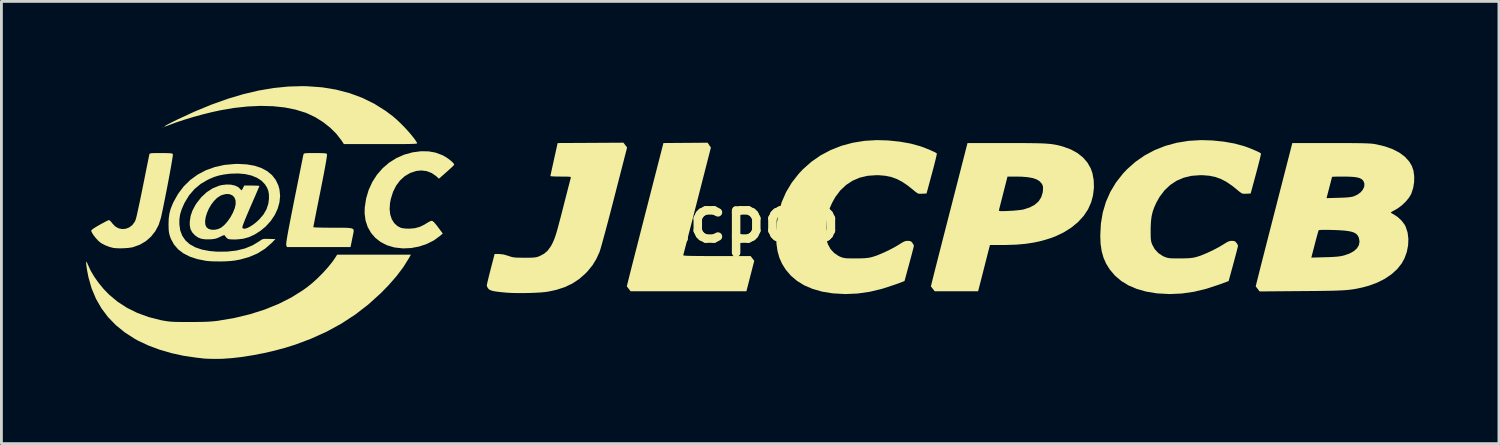
<source format=kicad_pcb>
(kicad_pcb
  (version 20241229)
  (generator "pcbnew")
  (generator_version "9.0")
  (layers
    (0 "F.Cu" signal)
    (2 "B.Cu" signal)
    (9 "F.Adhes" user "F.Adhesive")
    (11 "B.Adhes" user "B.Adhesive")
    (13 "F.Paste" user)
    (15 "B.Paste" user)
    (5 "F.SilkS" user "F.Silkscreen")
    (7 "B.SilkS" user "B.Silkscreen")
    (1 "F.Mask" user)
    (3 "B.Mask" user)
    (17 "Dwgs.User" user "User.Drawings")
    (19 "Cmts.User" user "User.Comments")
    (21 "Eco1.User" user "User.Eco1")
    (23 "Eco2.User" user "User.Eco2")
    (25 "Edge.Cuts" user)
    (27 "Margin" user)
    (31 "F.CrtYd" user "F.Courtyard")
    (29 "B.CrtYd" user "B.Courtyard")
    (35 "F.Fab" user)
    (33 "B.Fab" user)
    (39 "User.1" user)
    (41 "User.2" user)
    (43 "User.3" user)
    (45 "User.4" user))
  (footprint "jlcpcb"
    (layer "F.Cu")
    (at 23.264 4.719)
    (property "Reference" "jlcpcb" (at 0 0 0) (layer "F.SilkS") (effects (font (size 1.5 1.5) (thickness 0.3))))
    (attr board_only exclude_from_pos_files exclude_from_bom)
    (fp_poly (pts (xy -20.53 -3.267) (xy -20.543 -3.255) (xy -20.555 -3.267) (xy -20.543 -3.279)) (stroke (width 0) (type solid)) (fill yes) (layer "F.SilkS"))
    (fp_poly (pts (xy -1.202 -2.63) (xy -1.143 -2.544) (xy -1.627 -0.654) (xy -1.703 -0.358) (xy -1.775 -0.076) (xy -1.843 0.189) (xy -1.906 0.433) (xy -1.963 0.653) (xy -2.012 0.845) (xy -2.054 1.006) (xy -2.087 1.131) (xy -2.109 1.218) (xy -2.121 1.262) (xy -2.122 1.266) (xy -2.116 1.274) (xy -2.088 1.28) (xy -2.036 1.285) (xy -1.955 1.289) (xy -1.844 1.292) (xy -1.698 1.294) (xy -1.513 1.296) (xy -1.288 1.297) (xy -1.018 1.297) (xy -0.935 1.297) (xy 0.263 1.297) (xy 0.328 1.382) (xy 0.392 1.466) (xy 0.253 2.006) (xy 0.114 2.545) (xy -1.936 2.545) (xy -3.986 2.545) (xy -4.053 2.457) (xy -4.12 2.37) (xy -4.065 2.145) (xy -4.051 2.09) (xy -4.026 1.99) (xy -3.991 1.851) (xy -3.946 1.674) (xy -3.893 1.466) (xy -3.832 1.227) (xy -3.764 0.964) (xy -3.691 0.678) (xy -3.614 0.374) (xy -3.532 0.056) (xy -3.448 -0.274) (xy -3.417 -0.392) (xy -2.824 -2.704) (xy -2.042 -2.71) (xy -1.26 -2.716)) (stroke (width 0) (type solid)) (fill yes) (layer "F.SilkS"))
    (fp_poly (pts (xy -15.428 -4.715) (xy -14.908 -4.677) (xy -14.411 -4.595) (xy -13.937 -4.471) (xy -13.487 -4.305) (xy -13.062 -4.096) (xy -12.661 -3.844) (xy -12.406 -3.653) (xy -12.273 -3.538) (xy -12.131 -3.404) (xy -11.988 -3.259) (xy -11.852 -3.111) (xy -11.73 -2.968) (xy -11.629 -2.838) (xy -11.557 -2.729) (xy -11.547 -2.711) (xy -11.544 -2.701) (xy -11.548 -2.693) (xy -11.563 -2.686) (xy -11.593 -2.681) (xy -11.642 -2.677) (xy -11.713 -2.674) (xy -11.81 -2.671) (xy -11.937 -2.669) (xy -12.098 -2.668) (xy -12.297 -2.668) (xy -12.536 -2.667) (xy -12.821 -2.667) (xy -12.83 -2.667) (xy -14.137 -2.667) (xy -14.226 -2.801) (xy -14.406 -3.034) (xy -14.627 -3.252) (xy -14.879 -3.45) (xy -15.154 -3.621) (xy -15.444 -3.758) (xy -15.5 -3.78) (xy -15.85 -3.888) (xy -16.232 -3.964) (xy -16.645 -4.008) (xy -17.084 -4.02) (xy -17.546 -3.999) (xy -18.026 -3.947) (xy -18.512 -3.864) (xy -18.819 -3.797) (xy -19.143 -3.717) (xy -19.469 -3.627) (xy -19.785 -3.531) (xy -20.078 -3.434) (xy -20.307 -3.348) (xy -20.412 -3.309) (xy -20.475 -3.289) (xy -20.495 -3.288) (xy -20.475 -3.306) (xy -20.416 -3.342) (xy -20.318 -3.394) (xy -20.184 -3.462) (xy -20.039 -3.534) (xy -19.42 -3.82) (xy -18.825 -4.065) (xy -18.251 -4.27) (xy -17.695 -4.436) (xy -17.156 -4.563) (xy -16.63 -4.652) (xy -16.115 -4.704) (xy -15.608 -4.719)) (stroke (width 0) (type solid)) (fill yes) (layer "F.SilkS"))
    (fp_poly (pts (xy -15.006 -2.349) (xy -14.896 -2.346) (xy -14.821 -2.342) (xy -14.774 -2.334) (xy -14.747 -2.323) (xy -14.736 -2.31) (xy -14.736 -2.276) (xy -14.746 -2.194) (xy -14.766 -2.065) (xy -14.797 -1.889) (xy -14.838 -1.667) (xy -14.89 -1.399) (xy -14.952 -1.085) (xy -14.967 -1.008) (xy -15.016 -0.766) (xy -15.061 -0.539) (xy -15.103 -0.33) (xy -15.139 -0.145) (xy -15.17 0.012) (xy -15.194 0.136) (xy -15.211 0.223) (xy -15.22 0.269) (xy -15.22 0.275) (xy -15.197 0.28) (xy -15.131 0.284) (xy -15.028 0.288) (xy -14.895 0.291) (xy -14.738 0.293) (xy -14.563 0.294) (xy -14.539 0.294) (xy -14.323 0.294) (xy -14.152 0.294) (xy -14.02 0.298) (xy -13.923 0.306) (xy -13.857 0.319) (xy -13.815 0.339) (xy -13.795 0.369) (xy -13.79 0.409) (xy -13.797 0.461) (xy -13.81 0.526) (xy -13.813 0.538) (xy -13.836 0.651) (xy -13.86 0.77) (xy -13.874 0.838) (xy -13.903 0.979) (xy -15.027 0.979) (xy -16.151 0.979) (xy -16.177 0.922) (xy -16.181 0.901) (xy -16.18 0.864) (xy -16.174 0.806) (xy -16.163 0.724) (xy -16.145 0.616) (xy -16.121 0.478) (xy -16.089 0.307) (xy -16.049 0.1) (xy -16.001 -0.147) (xy -15.944 -0.435) (xy -15.894 -0.687) (xy -15.84 -0.957) (xy -15.788 -1.214) (xy -15.74 -1.453) (xy -15.697 -1.671) (xy -15.658 -1.863) (xy -15.626 -2.025) (xy -15.6 -2.152) (xy -15.582 -2.242) (xy -15.572 -2.289) (xy -15.571 -2.294) (xy -15.564 -2.314) (xy -15.552 -2.329) (xy -15.526 -2.339) (xy -15.479 -2.345) (xy -15.404 -2.348) (xy -15.294 -2.349) (xy -15.158 -2.349)) (stroke (width 0) (type solid)) (fill yes) (layer "F.SilkS"))
    (fp_poly (pts (xy -11.139 -2.41) (xy -10.894 -2.366) (xy -10.658 -2.278) (xy -10.63 -2.265) (xy -10.538 -2.213) (xy -10.445 -2.151) (xy -10.359 -2.085) (xy -10.289 -2.022) (xy -10.244 -1.97) (xy -10.232 -1.936) (xy -10.232 -1.936) (xy -10.253 -1.911) (xy -10.303 -1.861) (xy -10.378 -1.792) (xy -10.468 -1.71) (xy -10.506 -1.676) (xy -10.772 -1.443) (xy -10.87 -1.532) (xy -11.028 -1.642) (xy -11.205 -1.71) (xy -11.395 -1.734) (xy -11.572 -1.716) (xy -11.787 -1.646) (xy -11.98 -1.534) (xy -12.147 -1.383) (xy -12.287 -1.197) (xy -12.397 -0.977) (xy -12.475 -0.727) (xy -12.504 -0.578) (xy -12.518 -0.369) (xy -12.498 -0.177) (xy -12.443 -0.01) (xy -12.358 0.129) (xy -12.243 0.235) (xy -12.121 0.297) (xy -12.049 0.313) (xy -11.946 0.324) (xy -11.832 0.328) (xy -11.819 0.328) (xy -11.622 0.311) (xy -11.443 0.261) (xy -11.267 0.173) (xy -11.205 0.133) (xy -11.129 0.088) (xy -11.062 0.057) (xy -11.027 0.049) (xy -10.991 0.063) (xy -10.942 0.106) (xy -10.874 0.185) (xy -10.805 0.274) (xy -10.637 0.499) (xy -10.732 0.582) (xy -10.953 0.743) (xy -11.203 0.869) (xy -11.473 0.96) (xy -11.755 1.013) (xy -12.042 1.026) (xy -12.324 0.996) (xy -12.37 0.987) (xy -12.619 0.912) (xy -12.838 0.799) (xy -13.026 0.652) (xy -13.178 0.474) (xy -13.294 0.27) (xy -13.37 0.041) (xy -13.404 -0.209) (xy -13.4 -0.416) (xy -13.35 -0.742) (xy -13.259 -1.048) (xy -13.128 -1.331) (xy -12.962 -1.588) (xy -12.763 -1.815) (xy -12.534 -2.011) (xy -12.277 -2.172) (xy -11.997 -2.295) (xy -11.695 -2.377) (xy -11.403 -2.414)) (stroke (width 0) (type solid)) (fill yes) (layer "F.SilkS"))
    (fp_poly (pts (xy -20.463 -2.349) (xy -20.353 -2.346) (xy -20.278 -2.342) (xy -20.231 -2.334) (xy -20.204 -2.323) (xy -20.193 -2.31) (xy -20.194 -2.28) (xy -20.203 -2.207) (xy -20.22 -2.097) (xy -20.244 -1.956) (xy -20.273 -1.79) (xy -20.307 -1.602) (xy -20.345 -1.4) (xy -20.385 -1.189) (xy -20.427 -0.974) (xy -20.469 -0.761) (xy -20.51 -0.555) (xy -20.55 -0.362) (xy -20.587 -0.187) (xy -20.617 -0.053) (xy -20.696 0.194) (xy -20.814 0.416) (xy -20.967 0.61) (xy -21.151 0.771) (xy -21.362 0.895) (xy -21.595 0.979) (xy -21.649 0.992) (xy -21.76 1.008) (xy -21.899 1.019) (xy -22.045 1.024) (xy -22.181 1.021) (xy -22.289 1.011) (xy -22.292 1.011) (xy -22.434 0.975) (xy -22.583 0.918) (xy -22.715 0.849) (xy -22.769 0.813) (xy -22.845 0.745) (xy -22.925 0.657) (xy -22.999 0.563) (xy -23.055 0.474) (xy -23.084 0.41) (xy -23.079 0.387) (xy -23.049 0.356) (xy -22.99 0.313) (xy -22.896 0.255) (xy -22.795 0.196) (xy -22.684 0.134) (xy -22.585 0.082) (xy -22.509 0.044) (xy -22.463 0.026) (xy -22.456 0.024) (xy -22.421 0.043) (xy -22.374 0.092) (xy -22.34 0.137) (xy -22.239 0.245) (xy -22.122 0.313) (xy -21.994 0.341) (xy -21.864 0.332) (xy -21.741 0.285) (xy -21.632 0.203) (xy -21.545 0.087) (xy -21.512 0.013) (xy -21.497 -0.037) (xy -21.474 -0.129) (xy -21.445 -0.259) (xy -21.41 -0.419) (xy -21.37 -0.605) (xy -21.327 -0.811) (xy -21.282 -1.031) (xy -21.253 -1.175) (xy -21.208 -1.398) (xy -21.166 -1.608) (xy -21.128 -1.799) (xy -21.094 -1.967) (xy -21.066 -2.105) (xy -21.045 -2.21) (xy -21.032 -2.275) (xy -21.028 -2.294) (xy -21.021 -2.314) (xy -21.009 -2.329) (xy -20.982 -2.339) (xy -20.936 -2.345) (xy -20.861 -2.348) (xy -20.751 -2.349) (xy -20.615 -2.349)) (stroke (width 0) (type solid)) (fill yes) (layer "F.SilkS"))
    (fp_poly (pts (xy -11.845 1.389) (xy -12.037 1.695) (xy -12.275 2.009) (xy -12.559 2.334) (xy -12.838 2.619) (xy -13.274 3.013) (xy -13.737 3.37) (xy -14.228 3.69) (xy -14.751 3.976) (xy -15.308 4.227) (xy -15.843 4.428) (xy -16.201 4.541) (xy -16.579 4.643) (xy -16.968 4.733) (xy -17.358 4.808) (xy -17.739 4.869) (xy -18.104 4.911) (xy -18.441 4.935) (xy -18.683 4.939) (xy -18.81 4.937) (xy -18.925 4.934) (xy -19.016 4.931) (xy -19.072 4.927) (xy -19.074 4.927) (xy -19.131 4.921) (xy -19.221 4.91) (xy -19.329 4.898) (xy -19.38 4.892) (xy -19.821 4.827) (xy -20.254 4.732) (xy -20.669 4.61) (xy -21.06 4.464) (xy -21.417 4.297) (xy -21.537 4.231) (xy -21.894 4.002) (xy -22.21 3.745) (xy -22.486 3.462) (xy -22.72 3.151) (xy -22.914 2.813) (xy -23.068 2.448) (xy -23.181 2.055) (xy -23.224 1.837) (xy -23.249 1.681) (xy -23.262 1.572) (xy -23.264 1.51) (xy -23.255 1.495) (xy -23.234 1.527) (xy -23.204 1.598) (xy -23.107 1.809) (xy -22.975 2.032) (xy -22.815 2.257) (xy -22.635 2.474) (xy -22.452 2.662) (xy -22.153 2.912) (xy -21.819 3.129) (xy -21.453 3.31) (xy -21.058 3.455) (xy -20.635 3.564) (xy -20.567 3.577) (xy -20.474 3.594) (xy -20.388 3.607) (xy -20.3 3.617) (xy -20.204 3.624) (xy -20.091 3.629) (xy -19.952 3.631) (xy -19.78 3.632) (xy -19.588 3.633) (xy -19.343 3.631) (xy -19.139 3.628) (xy -18.968 3.622) (xy -18.822 3.613) (xy -18.692 3.601) (xy -18.597 3.589) (xy -18.01 3.489) (xy -17.455 3.355) (xy -16.934 3.189) (xy -16.447 2.991) (xy -15.995 2.762) (xy -15.581 2.502) (xy -15.443 2.403) (xy -15.256 2.252) (xy -15.063 2.077) (xy -14.875 1.888) (xy -14.702 1.696) (xy -14.552 1.511) (xy -14.447 1.36) (xy -14.376 1.248) (xy -13.071 1.248) (xy -11.765 1.248)) (stroke (width 0) (type solid)) (fill yes) (layer "F.SilkS"))
    (fp_poly (pts (xy -4.175 -2.632) (xy -4.11 -2.547) (xy -4.562 -0.789) (xy -4.637 -0.499) (xy -4.709 -0.219) (xy -4.779 0.047) (xy -4.845 0.295) (xy -4.906 0.52) (xy -4.96 0.718) (xy -5.006 0.885) (xy -5.044 1.017) (xy -5.072 1.11) (xy -5.087 1.155) (xy -5.202 1.405) (xy -5.337 1.625) (xy -5.505 1.831) (xy -5.591 1.921) (xy -5.81 2.113) (xy -6.05 2.271) (xy -6.316 2.397) (xy -6.614 2.494) (xy -6.901 2.556) (xy -7.024 2.573) (xy -7.186 2.587) (xy -7.375 2.597) (xy -7.581 2.605) (xy -7.792 2.608) (xy -7.997 2.608) (xy -8.187 2.604) (xy -8.349 2.595) (xy -8.365 2.594) (xy -8.559 2.576) (xy -8.71 2.559) (xy -8.824 2.541) (xy -8.908 2.521) (xy -8.967 2.497) (xy -9.008 2.469) (xy -9.023 2.453) (xy -9.061 2.395) (xy -9.078 2.344) (xy -9.078 2.341) (xy -9.072 2.304) (xy -9.056 2.229) (xy -9.03 2.12) (xy -8.998 1.987) (xy -8.959 1.836) (xy -8.94 1.759) (xy -8.801 1.224) (xy -8.651 1.224) (xy -8.485 1.241) (xy -8.318 1.29) (xy -8.245 1.315) (xy -8.181 1.333) (xy -8.115 1.345) (xy -8.035 1.352) (xy -7.931 1.355) (xy -7.792 1.356) (xy -7.745 1.356) (xy -7.593 1.356) (xy -7.481 1.354) (xy -7.397 1.348) (xy -7.332 1.339) (xy -7.275 1.324) (xy -7.216 1.302) (xy -7.208 1.299) (xy -7.051 1.217) (xy -6.92 1.103) (xy -6.81 0.951) (xy -6.754 0.846) (xy -6.727 0.788) (xy -6.701 0.73) (xy -6.677 0.668) (xy -6.652 0.598) (xy -6.625 0.515) (xy -6.595 0.413) (xy -6.56 0.289) (xy -6.52 0.137) (xy -6.471 -0.046) (xy -6.414 -0.267) (xy -6.347 -0.529) (xy -6.326 -0.612) (xy -6.276 -0.806) (xy -6.23 -0.986) (xy -6.189 -1.146) (xy -6.154 -1.281) (xy -6.127 -1.385) (xy -6.109 -1.452) (xy -6.103 -1.474) (xy -6.101 -1.491) (xy -6.113 -1.502) (xy -6.145 -1.51) (xy -6.203 -1.514) (xy -6.295 -1.517) (xy -6.429 -1.517) (xy -6.458 -1.517) (xy -6.586 -1.518) (xy -6.695 -1.521) (xy -6.775 -1.526) (xy -6.82 -1.532) (xy -6.826 -1.536) (xy -6.82 -1.564) (xy -6.806 -1.633) (xy -6.783 -1.736) (xy -6.755 -1.866) (xy -6.721 -2.018) (xy -6.697 -2.129) (xy -6.569 -2.704) (xy -5.404 -2.71) (xy -4.24 -2.717)) (stroke (width 0) (type solid)) (fill yes) (layer "F.SilkS"))
    (fp_poly (pts (xy 9.633 -2.704) (xy 9.91 -2.703) (xy 10.148 -2.701) (xy 10.35 -2.698) (xy 10.522 -2.694) (xy 10.668 -2.688) (xy 10.793 -2.679) (xy 10.901 -2.669) (xy 10.997 -2.655) (xy 11.086 -2.639) (xy 11.172 -2.62) (xy 11.259 -2.597) (xy 11.329 -2.577) (xy 11.597 -2.48) (xy 11.831 -2.352) (xy 12.028 -2.197) (xy 12.187 -2.015) (xy 12.305 -1.81) (xy 12.366 -1.639) (xy 12.412 -1.386) (xy 12.419 -1.118) (xy 12.386 -0.846) (xy 12.321 -0.604) (xy 12.21 -0.356) (xy 12.055 -0.123) (xy 11.859 0.091) (xy 11.626 0.285) (xy 11.359 0.454) (xy 11.062 0.597) (xy 10.865 0.67) (xy 10.581 0.755) (xy 10.293 0.819) (xy 9.993 0.865) (xy 9.669 0.893) (xy 9.311 0.905) (xy 9.19 0.905) (xy 8.738 0.905) (xy 8.714 0.997) (xy 8.702 1.045) (xy 8.679 1.133) (xy 8.648 1.254) (xy 8.611 1.4) (xy 8.569 1.564) (xy 8.528 1.725) (xy 8.484 1.899) (xy 8.442 2.062) (xy 8.405 2.207) (xy 8.375 2.325) (xy 8.353 2.41) (xy 8.342 2.453) (xy 8.318 2.545) (xy 7.549 2.545) (xy 6.781 2.545) (xy 6.714 2.457) (xy 6.647 2.37) (xy 6.702 2.145) (xy 6.716 2.09) (xy 6.741 1.99) (xy 6.776 1.851) (xy 6.821 1.674) (xy 6.874 1.466) (xy 6.935 1.227) (xy 7.002 0.964) (xy 7.075 0.678) (xy 7.153 0.374) (xy 7.235 0.056) (xy 7.319 -0.274) (xy 7.33 -0.315) (xy 9.056 -0.315) (xy 9.064 -0.303) (xy 9.091 -0.296) (xy 9.142 -0.293) (xy 9.225 -0.294) (xy 9.347 -0.298) (xy 9.411 -0.301) (xy 9.555 -0.309) (xy 9.696 -0.321) (xy 9.819 -0.335) (xy 9.911 -0.349) (xy 9.929 -0.353) (xy 10.149 -0.425) (xy 10.326 -0.521) (xy 10.462 -0.642) (xy 10.555 -0.787) (xy 10.606 -0.956) (xy 10.614 -1.028) (xy 10.617 -1.122) (xy 10.61 -1.186) (xy 10.588 -1.239) (xy 10.567 -1.272) (xy 10.494 -1.353) (xy 10.39 -1.417) (xy 10.254 -1.464) (xy 10.081 -1.495) (xy 9.867 -1.513) (xy 9.665 -1.517) (xy 9.359 -1.517) (xy 9.214 -0.948) (xy 9.173 -0.786) (xy 9.135 -0.638) (xy 9.103 -0.512) (xy 9.078 -0.414) (xy 9.062 -0.351) (xy 9.058 -0.333) (xy 9.056 -0.315) (xy 7.33 -0.315) (xy 7.35 -0.392) (xy 7.943 -2.704) (xy 9.312 -2.704)) (stroke (width 0) (type solid)) (fill yes) (layer "F.SilkS"))
    (fp_poly (pts (xy 5.132 -2.796) (xy 5.548 -2.753) (xy 5.921 -2.687) (xy 6.251 -2.597) (xy 6.269 -2.591) (xy 6.389 -2.549) (xy 6.511 -2.501) (xy 6.628 -2.452) (xy 6.73 -2.406) (xy 6.808 -2.368) (xy 6.852 -2.34) (xy 6.857 -2.334) (xy 6.854 -2.305) (xy 6.84 -2.236) (xy 6.815 -2.132) (xy 6.782 -1.998) (xy 6.742 -1.842) (xy 6.696 -1.669) (xy 6.681 -1.615) (xy 6.493 -0.918) (xy 6.34 -0.91) (xy 6.26 -0.908) (xy 6.204 -0.914) (xy 6.156 -0.936) (xy 6.099 -0.979) (xy 6.05 -1.02) (xy 5.833 -1.195) (xy 5.631 -1.332) (xy 5.436 -1.433) (xy 5.239 -1.504) (xy 5.03 -1.546) (xy 4.801 -1.565) (xy 4.703 -1.566) (xy 4.404 -1.544) (xy 4.127 -1.479) (xy 3.874 -1.371) (xy 3.646 -1.221) (xy 3.443 -1.031) (xy 3.268 -0.8) (xy 3.155 -0.6) (xy 3.079 -0.432) (xy 3.023 -0.275) (xy 2.986 -0.115) (xy 2.963 0.061) (xy 2.953 0.267) (xy 2.951 0.367) (xy 2.951 0.516) (xy 2.953 0.626) (xy 2.959 0.708) (xy 2.969 0.773) (xy 2.984 0.831) (xy 3.007 0.892) (xy 3.007 0.893) (xy 3.095 1.053) (xy 3.221 1.189) (xy 3.376 1.294) (xy 3.441 1.324) (xy 3.499 1.346) (xy 3.554 1.361) (xy 3.616 1.372) (xy 3.694 1.378) (xy 3.799 1.38) (xy 3.94 1.381) (xy 3.989 1.381) (xy 4.153 1.379) (xy 4.28 1.375) (xy 4.381 1.366) (xy 4.468 1.354) (xy 4.552 1.335) (xy 4.588 1.325) (xy 4.72 1.282) (xy 4.88 1.217) (xy 5.055 1.139) (xy 5.232 1.052) (xy 5.397 0.963) (xy 5.537 0.879) (xy 5.546 0.872) (xy 5.643 0.812) (xy 5.716 0.777) (xy 5.78 0.761) (xy 5.828 0.759) (xy 5.903 0.764) (xy 5.952 0.787) (xy 5.991 0.831) (xy 6.026 0.887) (xy 6.044 0.931) (xy 6.044 0.935) (xy 6.038 0.966) (xy 6.02 1.038) (xy 5.993 1.144) (xy 5.958 1.277) (xy 5.917 1.43) (xy 5.878 1.575) (xy 5.712 2.183) (xy 5.383 2.305) (xy 4.926 2.455) (xy 4.484 2.562) (xy 4.052 2.624) (xy 3.626 2.643) (xy 3.201 2.62) (xy 3.157 2.616) (xy 2.794 2.556) (xy 2.465 2.463) (xy 2.17 2.338) (xy 1.911 2.18) (xy 1.687 1.99) (xy 1.503 1.773) (xy 1.376 1.569) (xy 1.281 1.354) (xy 1.216 1.121) (xy 1.179 0.862) (xy 1.167 0.567) (xy 1.167 0.563) (xy 1.19 0.147) (xy 1.256 -0.246) (xy 1.367 -0.619) (xy 1.522 -0.972) (xy 1.722 -1.304) (xy 1.966 -1.616) (xy 2.116 -1.776) (xy 2.414 -2.04) (xy 2.741 -2.267) (xy 3.096 -2.455) (xy 3.475 -2.605) (xy 3.877 -2.714) (xy 4.298 -2.782) (xy 4.736 -2.808)) (stroke (width 0) (type solid)) (fill yes) (layer "F.SilkS"))
    (fp_poly (pts (xy 16.609 -2.796) (xy 17.024 -2.753) (xy 17.397 -2.687) (xy 17.728 -2.597) (xy 17.746 -2.591) (xy 17.865 -2.549) (xy 17.988 -2.501) (xy 18.105 -2.452) (xy 18.207 -2.406) (xy 18.285 -2.368) (xy 18.328 -2.34) (xy 18.334 -2.334) (xy 18.331 -2.305) (xy 18.316 -2.236) (xy 18.292 -2.132) (xy 18.258 -1.998) (xy 18.218 -1.842) (xy 18.172 -1.669) (xy 18.158 -1.615) (xy 17.969 -0.918) (xy 17.816 -0.91) (xy 17.736 -0.908) (xy 17.681 -0.914) (xy 17.633 -0.936) (xy 17.575 -0.979) (xy 17.526 -1.02) (xy 17.309 -1.195) (xy 17.108 -1.332) (xy 16.913 -1.433) (xy 16.716 -1.504) (xy 16.507 -1.546) (xy 16.278 -1.565) (xy 16.18 -1.566) (xy 15.881 -1.544) (xy 15.604 -1.479) (xy 15.35 -1.371) (xy 15.122 -1.221) (xy 14.92 -1.031) (xy 14.745 -0.8) (xy 14.632 -0.6) (xy 14.556 -0.432) (xy 14.5 -0.275) (xy 14.462 -0.115) (xy 14.44 0.061) (xy 14.429 0.267) (xy 14.428 0.367) (xy 14.428 0.516) (xy 14.43 0.626) (xy 14.435 0.708) (xy 14.445 0.773) (xy 14.461 0.831) (xy 14.483 0.892) (xy 14.484 0.893) (xy 14.572 1.053) (xy 14.698 1.189) (xy 14.852 1.294) (xy 14.918 1.324) (xy 14.976 1.346) (xy 15.03 1.361) (xy 15.092 1.372) (xy 15.171 1.378) (xy 15.276 1.38) (xy 15.417 1.381) (xy 15.465 1.381) (xy 15.63 1.379) (xy 15.757 1.375) (xy 15.858 1.366) (xy 15.944 1.354) (xy 16.028 1.335) (xy 16.065 1.325) (xy 16.197 1.282) (xy 16.357 1.217) (xy 16.532 1.139) (xy 16.708 1.052) (xy 16.873 0.963) (xy 17.013 0.879) (xy 17.023 0.872) (xy 17.12 0.812) (xy 17.193 0.777) (xy 17.256 0.761) (xy 17.305 0.759) (xy 17.38 0.764) (xy 17.428 0.787) (xy 17.467 0.831) (xy 17.503 0.887) (xy 17.52 0.931) (xy 17.521 0.935) (xy 17.514 0.966) (xy 17.497 1.038) (xy 17.47 1.144) (xy 17.435 1.277) (xy 17.394 1.43) (xy 17.355 1.575) (xy 17.189 2.183) (xy 16.859 2.305) (xy 16.403 2.455) (xy 15.961 2.562) (xy 15.529 2.624) (xy 15.103 2.643) (xy 14.677 2.62) (xy 14.633 2.616) (xy 14.271 2.556) (xy 13.942 2.463) (xy 13.647 2.338) (xy 13.387 2.18) (xy 13.164 1.99) (xy 12.98 1.773) (xy 12.853 1.569) (xy 12.758 1.354) (xy 12.693 1.121) (xy 12.655 0.862) (xy 12.644 0.567) (xy 12.644 0.563) (xy 12.666 0.147) (xy 12.733 -0.246) (xy 12.844 -0.619) (xy 12.999 -0.972) (xy 13.198 -1.304) (xy 13.442 -1.616) (xy 13.592 -1.776) (xy 13.89 -2.04) (xy 14.218 -2.267) (xy 14.572 -2.455) (xy 14.952 -2.605) (xy 15.353 -2.714) (xy 15.774 -2.782) (xy 16.212 -2.808)) (stroke (width 0) (type solid)) (fill yes) (layer "F.SilkS"))
    (fp_poly (pts (xy 20.813 -2.703) (xy 21.113 -2.703) (xy 21.369 -2.703) (xy 21.584 -2.702) (xy 21.764 -2.7) (xy 21.913 -2.698) (xy 22.035 -2.694) (xy 22.135 -2.69) (xy 22.217 -2.685) (xy 22.286 -2.679) (xy 22.346 -2.671) (xy 22.401 -2.661) (xy 22.415 -2.659) (xy 22.727 -2.584) (xy 23.002 -2.485) (xy 23.236 -2.363) (xy 23.43 -2.219) (xy 23.581 -2.052) (xy 23.675 -1.896) (xy 23.733 -1.726) (xy 23.76 -1.53) (xy 23.757 -1.322) (xy 23.723 -1.115) (xy 23.66 -0.92) (xy 23.642 -0.881) (xy 23.566 -0.758) (xy 23.457 -0.628) (xy 23.327 -0.504) (xy 23.189 -0.399) (xy 23.094 -0.342) (xy 23.015 -0.3) (xy 22.957 -0.266) (xy 22.929 -0.246) (xy 22.929 -0.245) (xy 22.948 -0.227) (xy 22.999 -0.196) (xy 23.041 -0.173) (xy 23.186 -0.076) (xy 23.318 0.049) (xy 23.421 0.186) (xy 23.455 0.251) (xy 23.524 0.457) (xy 23.553 0.681) (xy 23.544 0.915) (xy 23.499 1.149) (xy 23.417 1.375) (xy 23.317 1.559) (xy 23.159 1.758) (xy 22.96 1.939) (xy 22.723 2.1) (xy 22.455 2.236) (xy 22.158 2.346) (xy 21.964 2.399) (xy 21.857 2.424) (xy 21.757 2.445) (xy 21.661 2.464) (xy 21.563 2.479) (xy 21.458 2.492) (xy 21.344 2.503) (xy 21.213 2.511) (xy 21.063 2.518) (xy 20.888 2.524) (xy 20.683 2.528) (xy 20.445 2.532) (xy 20.168 2.535) (xy 19.847 2.537) (xy 19.769 2.538) (xy 18.285 2.55) (xy 18.217 2.46) (xy 18.148 2.37) (xy 18.203 2.145) (xy 18.217 2.09) (xy 18.242 1.99) (xy 18.277 1.851) (xy 18.322 1.674) (xy 18.375 1.466) (xy 18.404 1.352) (xy 20.117 1.352) (xy 20.599 1.339) (xy 20.785 1.334) (xy 20.932 1.326) (xy 21.05 1.316) (xy 21.147 1.303) (xy 21.233 1.286) (xy 21.277 1.275) (xy 21.467 1.209) (xy 21.618 1.126) (xy 21.73 1.027) (xy 21.799 0.914) (xy 21.824 0.791) (xy 21.803 0.659) (xy 21.8 0.652) (xy 21.767 0.58) (xy 21.719 0.522) (xy 21.652 0.477) (xy 21.561 0.441) (xy 21.44 0.415) (xy 21.285 0.395) (xy 21.09 0.382) (xy 20.883 0.374) (xy 20.703 0.37) (xy 20.559 0.37) (xy 20.454 0.372) (xy 20.392 0.378) (xy 20.376 0.384) (xy 20.366 0.414) (xy 20.345 0.484) (xy 20.317 0.586) (xy 20.283 0.713) (xy 20.245 0.856) (xy 20.239 0.88) (xy 20.117 1.352) (xy 18.404 1.352) (xy 18.436 1.227) (xy 18.503 0.964) (xy 18.576 0.678) (xy 18.654 0.374) (xy 18.736 0.056) (xy 18.82 -0.274) (xy 18.851 -0.392) (xy 18.943 -0.753) (xy 20.655 -0.753) (xy 21.076 -0.765) (xy 21.255 -0.771) (xy 21.394 -0.779) (xy 21.499 -0.791) (xy 21.58 -0.806) (xy 21.624 -0.819) (xy 21.758 -0.882) (xy 21.867 -0.964) (xy 21.945 -1.06) (xy 21.99 -1.162) (xy 21.997 -1.263) (xy 21.963 -1.358) (xy 21.948 -1.379) (xy 21.899 -1.426) (xy 21.829 -1.462) (xy 21.734 -1.488) (xy 21.608 -1.505) (xy 21.445 -1.514) (xy 21.248 -1.517) (xy 21.114 -1.516) (xy 21 -1.515) (xy 20.912 -1.512) (xy 20.86 -1.509) (xy 20.849 -1.506) (xy 20.843 -1.48) (xy 20.827 -1.414) (xy 20.802 -1.318) (xy 20.772 -1.2) (xy 20.752 -1.124) (xy 20.655 -0.753) (xy 18.943 -0.753) (xy 19.444 -2.704)) (stroke (width 0) (type solid)) (fill yes) (layer "F.SilkS"))
    (fp_poly (pts (xy -17.579 -1.949) (xy -17.303 -1.901) (xy -17.061 -1.821) (xy -16.855 -1.711) (xy -16.685 -1.571) (xy -16.552 -1.401) (xy -16.458 -1.203) (xy -16.418 -1.058) (xy -16.396 -0.835) (xy -16.419 -0.606) (xy -16.483 -0.377) (xy -16.587 -0.155) (xy -16.727 0.054) (xy -16.9 0.245) (xy -17.092 0.404) (xy -17.299 0.535) (xy -17.497 0.627) (xy -17.698 0.683) (xy -17.916 0.708) (xy -18.009 0.71) (xy -18.117 0.708) (xy -18.189 0.703) (xy -18.236 0.691) (xy -18.27 0.671) (xy -18.289 0.653) (xy -18.332 0.605) (xy -18.355 0.567) (xy -18.355 0.566) (xy -18.378 0.557) (xy -18.433 0.574) (xy -18.519 0.615) (xy -18.61 0.658) (xy -18.694 0.684) (xy -18.789 0.699) (xy -18.88 0.705) (xy -19.05 0.705) (xy -19.187 0.685) (xy -19.301 0.64) (xy -19.405 0.568) (xy -19.415 0.559) (xy -19.512 0.454) (xy -19.571 0.337) (xy -19.596 0.198) (xy -19.594 0.067) (xy -19.592 0.057) (xy -19.052 0.057) (xy -19.045 0.177) (xy -19.006 0.272) (xy -19.002 0.278) (xy -18.931 0.334) (xy -18.831 0.364) (xy -18.714 0.367) (xy -18.594 0.342) (xy -18.488 0.294) (xy -18.374 0.203) (xy -18.26 0.075) (xy -18.155 -0.075) (xy -18.067 -0.237) (xy -18.002 -0.397) (xy -17.969 -0.543) (xy -17.969 -0.545) (xy -17.974 -0.677) (xy -18.016 -0.781) (xy -18.09 -0.854) (xy -18.19 -0.895) (xy -18.311 -0.9) (xy -18.448 -0.866) (xy -18.518 -0.835) (xy -18.633 -0.758) (xy -18.74 -0.65) (xy -18.837 -0.521) (xy -18.921 -0.378) (xy -18.986 -0.228) (xy -19.031 -0.081) (xy -19.052 0.057) (xy -19.592 0.057) (xy -19.564 -0.126) (xy -19.5 -0.312) (xy -19.399 -0.503) (xy -19.353 -0.575) (xy -19.185 -0.788) (xy -18.995 -0.964) (xy -18.787 -1.099) (xy -18.564 -1.19) (xy -18.469 -1.214) (xy -18.299 -1.236) (xy -18.138 -1.231) (xy -17.995 -1.199) (xy -17.88 -1.145) (xy -17.804 -1.072) (xy -17.778 -1.038) (xy -17.759 -1.033) (xy -17.736 -1.063) (xy -17.707 -1.12) (xy -17.666 -1.199) (xy -17.398 -1.199) (xy -17.29 -1.198) (xy -17.202 -1.195) (xy -17.146 -1.19) (xy -17.129 -1.185) (xy -17.139 -1.16) (xy -17.165 -1.096) (xy -17.207 -0.997) (xy -17.261 -0.871) (xy -17.326 -0.722) (xy -17.399 -0.555) (xy -17.436 -0.47) (xy -17.511 -0.295) (xy -17.58 -0.133) (xy -17.639 0.01) (xy -17.686 0.129) (xy -17.718 0.218) (xy -17.734 0.271) (xy -17.736 0.281) (xy -17.711 0.321) (xy -17.656 0.33) (xy -17.578 0.312) (xy -17.482 0.267) (xy -17.374 0.201) (xy -17.259 0.114) (xy -17.145 0.01) (xy -17.137 0.003) (xy -16.983 -0.177) (xy -16.876 -0.363) (xy -16.812 -0.561) (xy -16.791 -0.724) (xy -16.792 -0.885) (xy -16.815 -1.017) (xy -16.865 -1.138) (xy -16.933 -1.244) (xy -17.055 -1.371) (xy -17.214 -1.474) (xy -17.407 -1.553) (xy -17.629 -1.604) (xy -17.874 -1.627) (xy -18.136 -1.62) (xy -18.187 -1.616) (xy -18.392 -1.589) (xy -18.566 -1.554) (xy -18.725 -1.505) (xy -18.889 -1.437) (xy -18.952 -1.407) (xy -19.207 -1.258) (xy -19.429 -1.073) (xy -19.618 -0.853) (xy -19.775 -0.596) (xy -19.795 -0.556) (xy -19.881 -0.36) (xy -19.936 -0.182) (xy -19.962 -0.007) (xy -19.963 0.173) (xy -19.932 0.391) (xy -19.86 0.581) (xy -19.747 0.744) (xy -19.595 0.879) (xy -19.402 0.987) (xy -19.169 1.067) (xy -18.895 1.119) (xy -18.634 1.142) (xy -18.272 1.14) (xy -17.939 1.102) (xy -17.635 1.026) (xy -17.362 0.913) (xy -17.127 0.769) (xy -17.07 0.729) (xy -17.024 0.704) (xy -16.975 0.691) (xy -16.908 0.688) (xy -16.809 0.69) (xy -16.786 0.69) (xy -16.563 0.697) (xy -16.699 0.837) (xy -16.929 1.037) (xy -17.191 1.201) (xy -17.488 1.329) (xy -17.817 1.422) (xy -18.01 1.457) (xy -18.154 1.473) (xy -18.328 1.484) (xy -18.516 1.488) (xy -18.704 1.487) (xy -18.874 1.48) (xy -19.013 1.467) (xy -19.021 1.466) (xy -19.328 1.405) (xy -19.594 1.317) (xy -19.82 1.202) (xy -20.006 1.06) (xy -20.153 0.889) (xy -20.262 0.691) (xy -20.29 0.616) (xy -20.317 0.527) (xy -20.334 0.44) (xy -20.343 0.339) (xy -20.346 0.208) (xy -20.347 0.171) (xy -20.34 -0.034) (xy -20.315 -0.211) (xy -20.27 -0.379) (xy -20.199 -0.555) (xy -20.177 -0.604) (xy -20.01 -0.903) (xy -19.81 -1.168) (xy -19.578 -1.396) (xy -19.315 -1.587) (xy -19.024 -1.741) (xy -18.707 -1.855) (xy -18.364 -1.93) (xy -17.998 -1.963) (xy -17.888 -1.965)) (stroke (width 0) (type solid)) (fill yes) (layer "F.SilkS")))
  (gr_rect
    (start -3 -3)
    (end 50.024 12.658)
    (stroke (width 0.1) (type default))
    (fill no)
    (layer "Edge.Cuts")))
</source>
